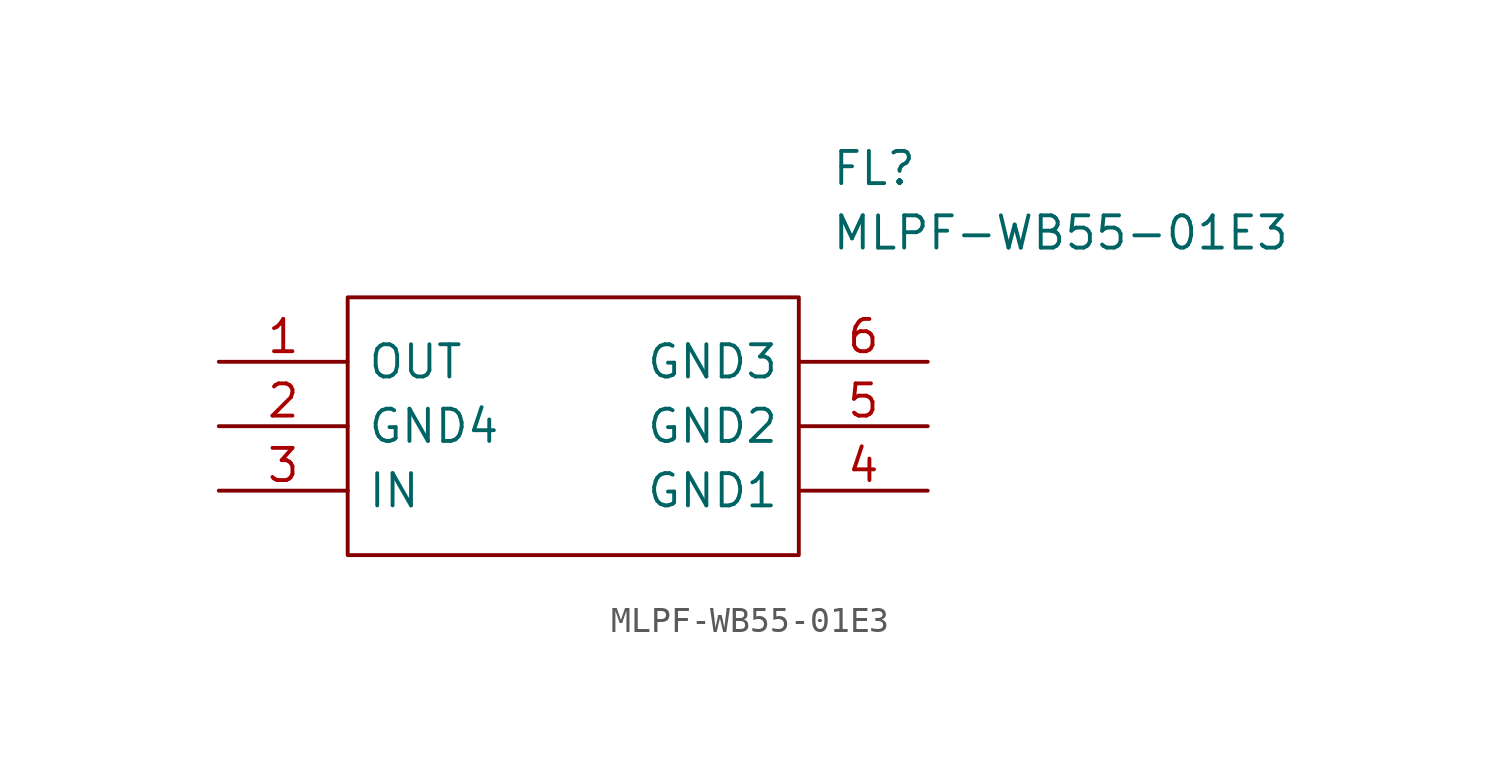
<source format=kicad_sym>
(kicad_symbol_lib
  (version 20211014)
  (generator kicad_symbol_editor)
  (symbol "MLPF-WB55-01E3"
    (pin_names
      (offset 0.762))
    (property "Reference" "FL"
      (at 24.13 7.62 0)
      (effects (font (size 1.27 1.27)) (justify left)))
    (property "Value" "MLPF-WB55-01E3"
      (at 24.13 5.08 0)
      (effects (font (size 1.27 1.27)) (justify left)))
    (symbol "MLPF-WB55-01E3_0_0"
      (pin passive line (at 0 0 0) (length 5.08) (name "OUT" (effects (font (size 1.27 1.27)))) (number "1" (effects (font (size 1.27 1.27)))))
      (pin passive line (at 0 -2.54 0) (length 5.08) (name "GND4" (effects (font (size 1.27 1.27)))) (number "2" (effects (font (size 1.27 1.27)))))
      (pin passive line (at 0 -5.08 0) (length 5.08) (name "IN" (effects (font (size 1.27 1.27)))) (number "3" (effects (font (size 1.27 1.27)))))
      (pin passive line (at 27.94 -5.08 180) (length 5.08) (name "GND1" (effects (font (size 1.27 1.27)))) (number "4" (effects (font (size 1.27 1.27)))))
      (pin passive line (at 27.94 -2.54 180) (length 5.08) (name "GND2" (effects (font (size 1.27 1.27)))) (number "5" (effects (font (size 1.27 1.27)))))
      (pin passive line (at 27.94 0 180) (length 5.08) (name "GND3" (effects (font (size 1.27 1.27)))) (number "6" (effects (font (size 1.27 1.27))))))
    (symbol "MLPF-WB55-01E3_0_1"
      (polyline (pts (xy 5.08 2.54) (xy 22.86 2.54) (xy 22.86 -7.62) (xy 5.08 -7.62) (xy 5.08 2.54)) (stroke (width 0.152) (type default) (color 0 0 0 0)) (fill (type none))))))
</source>
